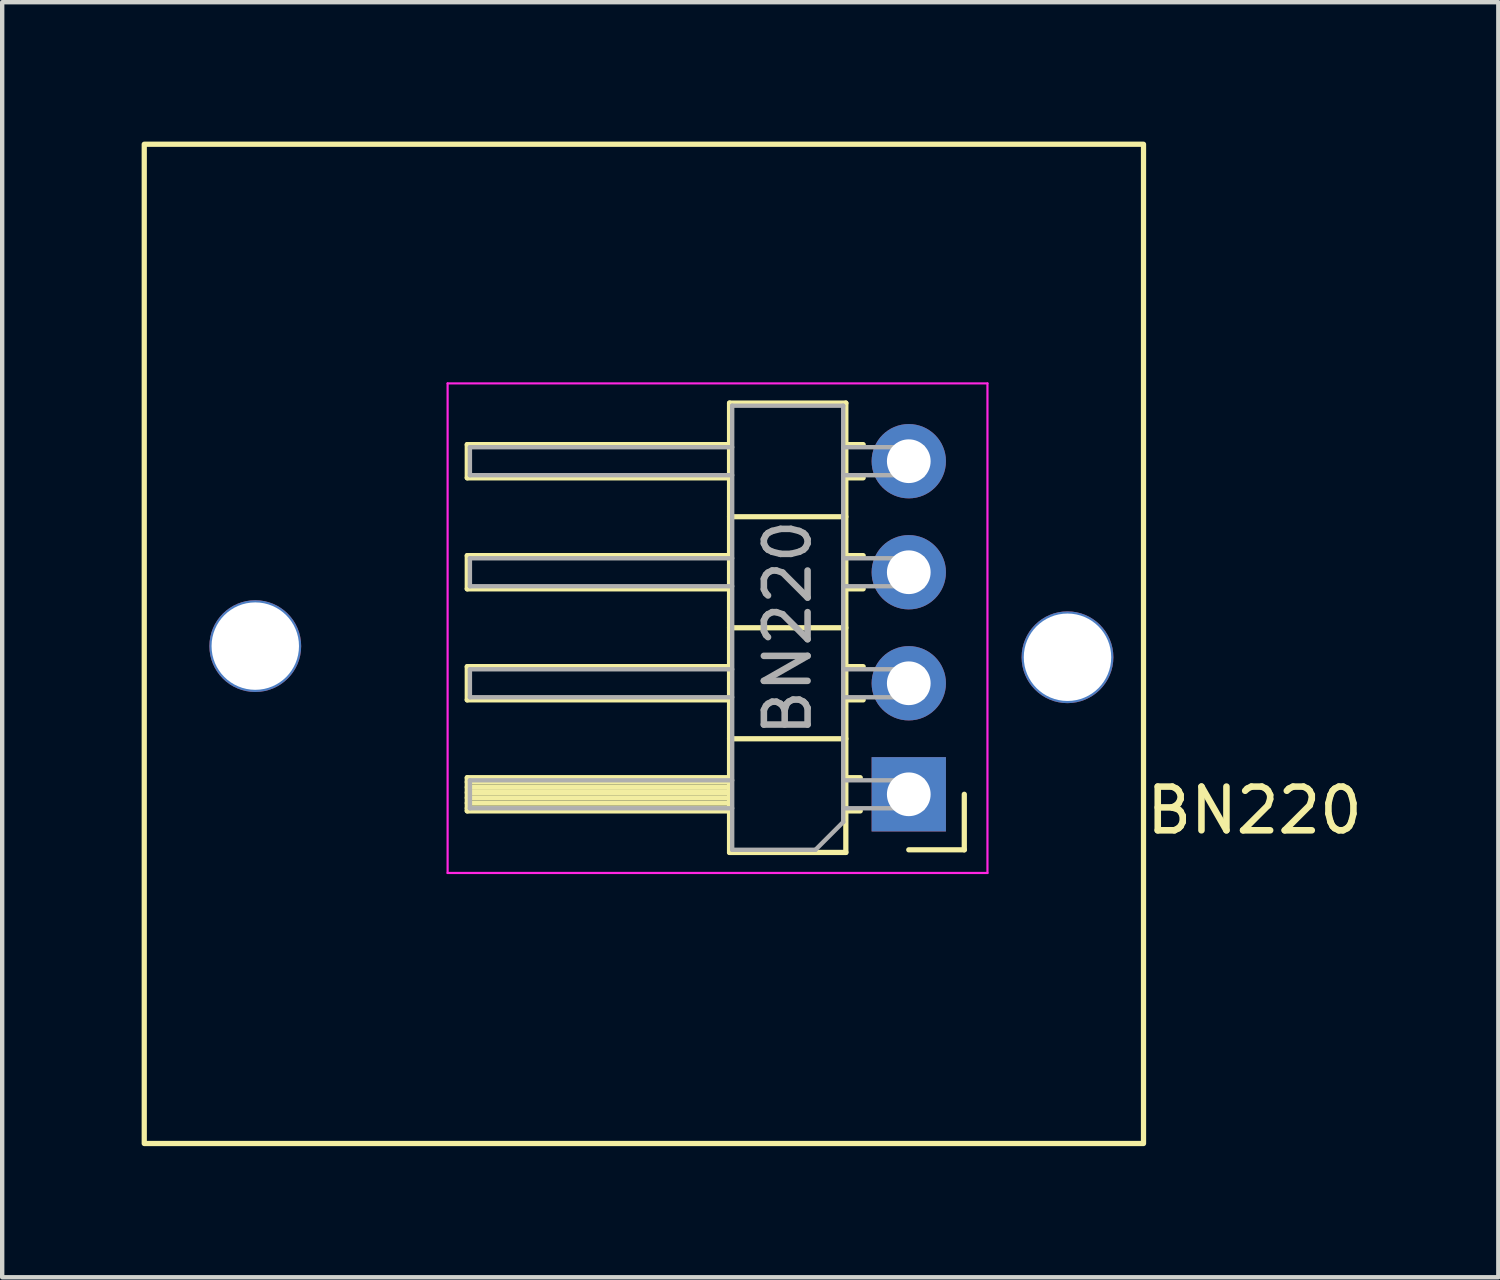
<source format=kicad_pcb>
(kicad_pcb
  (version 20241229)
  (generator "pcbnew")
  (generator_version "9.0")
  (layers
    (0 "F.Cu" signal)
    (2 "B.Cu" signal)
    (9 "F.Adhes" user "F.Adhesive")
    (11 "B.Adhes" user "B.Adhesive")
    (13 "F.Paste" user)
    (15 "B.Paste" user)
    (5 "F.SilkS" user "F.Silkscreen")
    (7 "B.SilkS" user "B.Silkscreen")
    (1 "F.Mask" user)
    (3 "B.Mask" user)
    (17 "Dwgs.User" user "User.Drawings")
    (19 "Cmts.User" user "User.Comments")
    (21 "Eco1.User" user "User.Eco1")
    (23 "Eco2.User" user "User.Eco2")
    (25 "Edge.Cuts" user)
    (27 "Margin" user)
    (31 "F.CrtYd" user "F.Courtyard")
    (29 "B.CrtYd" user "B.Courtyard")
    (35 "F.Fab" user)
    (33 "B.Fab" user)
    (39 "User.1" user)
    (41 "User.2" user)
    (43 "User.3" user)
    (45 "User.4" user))
  (footprint "BN220"
    (layer "F.Cu")
    (at 0.25 0.25)
    (property "Reference" "BN220" (at 25.4 15.24 0) (unlocked yes) (layer "F.SilkS") (effects (font (size 1 1) (thickness 0.15))))
    (attr smd)
    (fp_line (start 7.39 6.871) (end 13.39 6.871) (stroke (width 0.12) (type solid)) (layer "F.SilkS"))
    (fp_line (start 7.39 7.631) (end 7.39 6.871) (stroke (width 0.12) (type solid)) (layer "F.SilkS"))
    (fp_line (start 7.39 9.411) (end 13.39 9.411) (stroke (width 0.12) (type solid)) (layer "F.SilkS"))
    (fp_line (start 7.39 10.171) (end 7.39 9.411) (stroke (width 0.12) (type solid)) (layer "F.SilkS"))
    (fp_line (start 7.39 11.951) (end 13.39 11.951) (stroke (width 0.12) (type solid)) (layer "F.SilkS"))
    (fp_line (start 7.39 12.711) (end 7.39 11.951) (stroke (width 0.12) (type solid)) (layer "F.SilkS"))
    (fp_line (start 7.39 14.491) (end 13.39 14.491) (stroke (width 0.12) (type solid)) (layer "F.SilkS"))
    (fp_line (start 7.39 15.251) (end 7.39 14.491) (stroke (width 0.12) (type solid)) (layer "F.SilkS"))
    (fp_line (start 13.39 5.921) (end 13.39 16.201) (stroke (width 0.12) (type solid)) (layer "F.SilkS"))
    (fp_line (start 13.39 7.631) (end 7.39 7.631) (stroke (width 0.12) (type solid)) (layer "F.SilkS"))
    (fp_line (start 13.39 10.171) (end 7.39 10.171) (stroke (width 0.12) (type solid)) (layer "F.SilkS"))
    (fp_line (start 13.39 12.711) (end 7.39 12.711) (stroke (width 0.12) (type solid)) (layer "F.SilkS"))
    (fp_line (start 13.39 14.591) (end 7.39 14.591) (stroke (width 0.12) (type solid)) (layer "F.SilkS"))
    (fp_line (start 13.39 14.711) (end 7.39 14.711) (stroke (width 0.12) (type solid)) (layer "F.SilkS"))
    (fp_line (start 13.39 14.831) (end 7.39 14.831) (stroke (width 0.12) (type solid)) (layer "F.SilkS"))
    (fp_line (start 13.39 14.951) (end 7.39 14.951) (stroke (width 0.12) (type solid)) (layer "F.SilkS"))
    (fp_line (start 13.39 15.071) (end 7.39 15.071) (stroke (width 0.12) (type solid)) (layer "F.SilkS"))
    (fp_line (start 13.39 15.191) (end 7.39 15.191) (stroke (width 0.12) (type solid)) (layer "F.SilkS"))
    (fp_line (start 13.39 15.251) (end 7.39 15.251) (stroke (width 0.12) (type solid)) (layer "F.SilkS"))
    (fp_line (start 13.39 16.201) (end 16.05 16.201) (stroke (width 0.12) (type solid)) (layer "F.SilkS"))
    (fp_line (start 16.05 5.921) (end 13.39 5.921) (stroke (width 0.12) (type solid)) (layer "F.SilkS"))
    (fp_line (start 16.05 8.521) (end 13.39 8.521) (stroke (width 0.12) (type solid)) (layer "F.SilkS"))
    (fp_line (start 16.05 11.061) (end 13.39 11.061) (stroke (width 0.12) (type solid)) (layer "F.SilkS"))
    (fp_line (start 16.05 13.601) (end 13.39 13.601) (stroke (width 0.12) (type solid)) (layer "F.SilkS"))
    (fp_line (start 16.05 16.201) (end 16.05 5.921) (stroke (width 0.12) (type solid)) (layer "F.SilkS"))
    (fp_line (start 16.38 14.491) (end 16.05 14.491) (stroke (width 0.12) (type solid)) (layer "F.SilkS"))
    (fp_line (start 16.38 15.251) (end 16.05 15.251) (stroke (width 0.12) (type solid)) (layer "F.SilkS"))
    (fp_line (start 16.447 6.871) (end 16.05 6.871) (stroke (width 0.12) (type solid)) (layer "F.SilkS"))
    (fp_line (start 16.447 7.631) (end 16.05 7.631) (stroke (width 0.12) (type solid)) (layer "F.SilkS"))
    (fp_line (start 16.447 9.411) (end 16.05 9.411) (stroke (width 0.12) (type solid)) (layer "F.SilkS"))
    (fp_line (start 16.447 10.171) (end 16.05 10.171) (stroke (width 0.12) (type solid)) (layer "F.SilkS"))
    (fp_line (start 16.447 11.951) (end 16.05 11.951) (stroke (width 0.12) (type solid)) (layer "F.SilkS"))
    (fp_line (start 16.447 12.711) (end 16.05 12.711) (stroke (width 0.12) (type solid)) (layer "F.SilkS"))
    (fp_line (start 18.76 14.871) (end 18.76 16.141) (stroke (width 0.12) (type solid)) (layer "F.SilkS"))
    (fp_line (start 18.76 16.141) (end 17.49 16.141) (stroke (width 0.12) (type solid)) (layer "F.SilkS"))
    (fp_rect (start 0 22.86) (end 22.86 0) (stroke (width 0.12) (type solid)) (fill no) (layer "F.SilkS"))
    (fp_line (start 6.94 5.471) (end 6.94 16.671) (stroke (width 0.05) (type solid)) (layer "F.CrtYd"))
    (fp_line (start 6.94 16.671) (end 19.29 16.671) (stroke (width 0.05) (type solid)) (layer "F.CrtYd"))
    (fp_line (start 19.29 5.471) (end 6.94 5.471) (stroke (width 0.05) (type solid)) (layer "F.CrtYd"))
    (fp_line (start 19.29 16.671) (end 19.29 5.471) (stroke (width 0.05) (type solid)) (layer "F.CrtYd"))
    (fp_line (start 7.45 7.571) (end 7.45 6.931) (stroke (width 0.1) (type solid)) (layer "F.Fab"))
    (fp_line (start 7.45 10.111) (end 7.45 9.471) (stroke (width 0.1) (type solid)) (layer "F.Fab"))
    (fp_line (start 7.45 12.651) (end 7.45 12.011) (stroke (width 0.1) (type solid)) (layer "F.Fab"))
    (fp_line (start 7.45 15.191) (end 7.45 14.551) (stroke (width 0.1) (type solid)) (layer "F.Fab"))
    (fp_line (start 13.45 5.981) (end 15.99 5.981) (stroke (width 0.1) (type solid)) (layer "F.Fab"))
    (fp_line (start 13.45 6.931) (end 7.45 6.931) (stroke (width 0.1) (type solid)) (layer "F.Fab"))
    (fp_line (start 13.45 7.571) (end 7.45 7.571) (stroke (width 0.1) (type solid)) (layer "F.Fab"))
    (fp_line (start 13.45 9.471) (end 7.45 9.471) (stroke (width 0.1) (type solid)) (layer "F.Fab"))
    (fp_line (start 13.45 10.111) (end 7.45 10.111) (stroke (width 0.1) (type solid)) (layer "F.Fab"))
    (fp_line (start 13.45 12.011) (end 7.45 12.011) (stroke (width 0.1) (type solid)) (layer "F.Fab"))
    (fp_line (start 13.45 12.651) (end 7.45 12.651) (stroke (width 0.1) (type solid)) (layer "F.Fab"))
    (fp_line (start 13.45 14.551) (end 7.45 14.551) (stroke (width 0.1) (type solid)) (layer "F.Fab"))
    (fp_line (start 13.45 15.191) (end 7.45 15.191) (stroke (width 0.1) (type solid)) (layer "F.Fab"))
    (fp_line (start 13.45 16.141) (end 13.45 5.981) (stroke (width 0.1) (type solid)) (layer "F.Fab"))
    (fp_line (start 15.355 16.141) (end 13.45 16.141) (stroke (width 0.1) (type solid)) (layer "F.Fab"))
    (fp_line (start 15.99 5.981) (end 15.99 15.506) (stroke (width 0.1) (type solid)) (layer "F.Fab"))
    (fp_line (start 15.99 15.506) (end 15.355 16.141) (stroke (width 0.1) (type solid)) (layer "F.Fab"))
    (fp_line (start 17.81 6.931) (end 15.99 6.931) (stroke (width 0.1) (type solid)) (layer "F.Fab"))
    (fp_line (start 17.81 7.571) (end 15.99 7.571) (stroke (width 0.1) (type solid)) (layer "F.Fab"))
    (fp_line (start 17.81 7.571) (end 17.81 6.931) (stroke (width 0.1) (type solid)) (layer "F.Fab"))
    (fp_line (start 17.81 9.471) (end 15.99 9.471) (stroke (width 0.1) (type solid)) (layer "F.Fab"))
    (fp_line (start 17.81 10.111) (end 15.99 10.111) (stroke (width 0.1) (type solid)) (layer "F.Fab"))
    (fp_line (start 17.81 10.111) (end 17.81 9.471) (stroke (width 0.1) (type solid)) (layer "F.Fab"))
    (fp_line (start 17.81 12.011) (end 15.99 12.011) (stroke (width 0.1) (type solid)) (layer "F.Fab"))
    (fp_line (start 17.81 12.651) (end 15.99 12.651) (stroke (width 0.1) (type solid)) (layer "F.Fab"))
    (fp_line (start 17.81 12.651) (end 17.81 12.011) (stroke (width 0.1) (type solid)) (layer "F.Fab"))
    (fp_line (start 17.81 14.551) (end 15.99 14.551) (stroke (width 0.1) (type solid)) (layer "F.Fab"))
    (fp_line (start 17.81 15.191) (end 15.99 15.191) (stroke (width 0.1) (type solid)) (layer "F.Fab"))
    (fp_line (start 17.81 15.191) (end 17.81 14.551) (stroke (width 0.1) (type solid)) (layer "F.Fab"))
    (fp_text user "${REFERENCE}" (at 14.72 11.061 90) (layer "F.Fab") (effects (font (size 1 1) (thickness 0.15))))
    (pad "" np_thru_hole circle (at 2.54 11.481 90) (size 2.1 2.1) (drill 2) (layers "*.Cu" "*.Mask"))
    (pad "" np_thru_hole circle (at 21.121 11.736 90) (size 2.1 2.1) (drill 2) (layers "*.Cu" "*.Mask"))
    (pad "1" thru_hole rect (at 17.49 14.871 180) (size 1.7 1.7) (drill 1) (layers "*.Cu" "*.Mask"))
    (pad "2" thru_hole oval (at 17.49 12.331 180) (size 1.7 1.7) (drill 1) (layers "*.Cu" "*.Mask"))
    (pad "3" thru_hole oval (at 17.49 9.791 180) (size 1.7 1.7) (drill 1) (layers "*.Cu" "*.Mask"))
    (pad "4" thru_hole oval (at 17.49 7.251 180) (size 1.7 1.7) (drill 1) (layers "*.Cu" "*.Mask")))
  (gr_rect
    (start -3 -3)
    (end 31.227 26.17)
    (stroke (width 0.1) (type default))
    (fill no)
    (layer "Edge.Cuts")))
</source>
